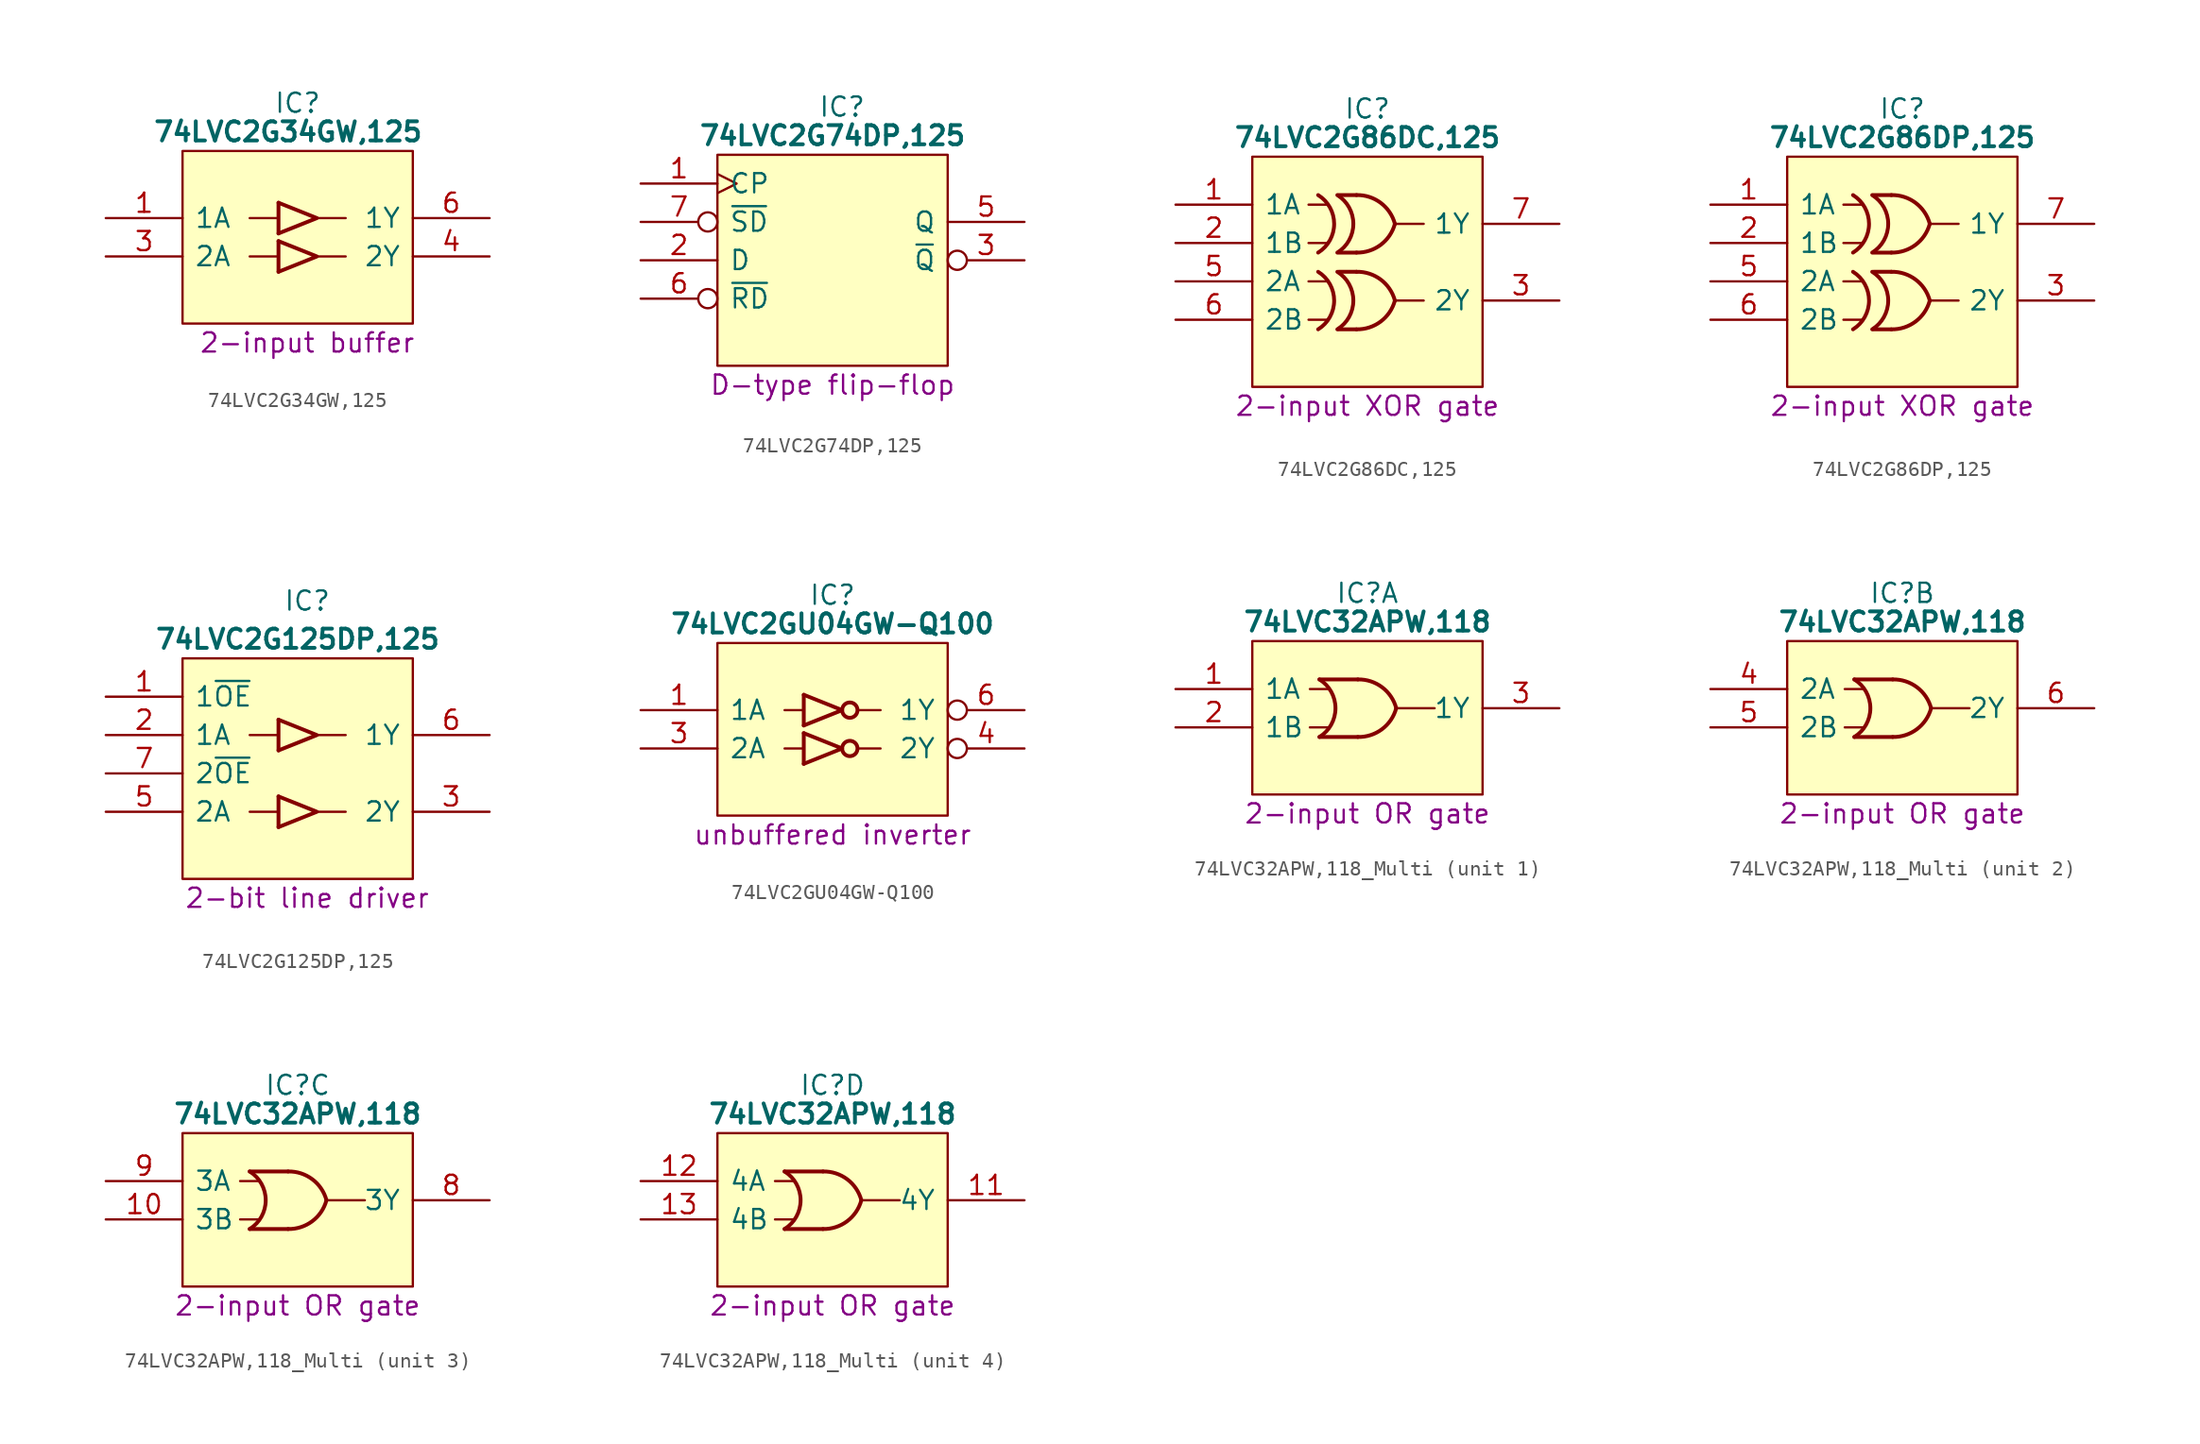
<source format=kicad_sym>
(kicad_symbol_lib
  (version 20231120)
  (generator "kicad_symbol_editor")
  (generator_version "8.0")
  (symbol "74LVC2G34GW,125"
    (pin_names
      (offset 0.762))
    (property "Reference" "IC"
      (at 12.7 5.08 0)
      (effects (font (size 1.27 1.27))))
    (property "Value" "74LVC2G34GW,125"
      (at 12.065 3.175 0)
      (effects (font (size 1.27 1.27) (bold yes))))
    (property "Description" "2-input buffer"
      (at 13.335 -10.795 0)
      (effects (font (size 1.27 1.27))))
    (symbol "74LVC2G34GW,125_0_0"
      (pin input line (at 0 -2.54 0) (length 5.08) (name "1A" (effects (font (size 1.27 1.27)))) (number "1" (effects (font (size 1.27 1.27)))))
      (pin input line (at 0 -5.08 0) (length 5.08) (name "2A" (effects (font (size 1.27 1.27)))) (number "3" (effects (font (size 1.27 1.27)))))
      (pin output line (at 25.4 -5.08 180) (length 5.08) (name "2Y" (effects (font (size 1.27 1.27)))) (number "4" (effects (font (size 1.27 1.27)))))
      (pin output line (at 25.4 -2.54 180) (length 5.08) (name "1Y" (effects (font (size 1.27 1.27)))) (number "6" (effects (font (size 1.27 1.27))))))
    (symbol "74LVC2G34GW,125_0_1"
      (polyline (pts (xy 9.525 -5.08) (xy 11.43 -5.08)) (stroke (width 0) (type default)) (fill (type none)))
      (polyline (pts (xy 9.525 -2.54) (xy 11.43 -2.54)) (stroke (width 0) (type default)) (fill (type none)))
      (polyline (pts (xy 13.97 -5.08) (xy 15.875 -5.08)) (stroke (width 0) (type default)) (fill (type none)))
      (polyline (pts (xy 13.97 -2.54) (xy 15.875 -2.54)) (stroke (width 0) (type default)) (fill (type none)))
      (polyline (pts (xy 11.43 -6.096) (xy 13.97 -5.08) (xy 11.43 -4.064)) (stroke (width 0.254) (type default)) (fill (type none)))
      (polyline (pts (xy 11.43 -3.556) (xy 13.97 -2.54) (xy 11.43 -1.524)) (stroke (width 0.254) (type default)) (fill (type none)))
      (polyline (pts (xy 5.08 1.905) (xy 20.32 1.905) (xy 20.32 -9.525) (xy 5.08 -9.525) (xy 5.08 1.905)) (stroke (width 0.152) (type default)) (fill (type background)))
      (rectangle (start 11.43 -4.064) (end 11.43 -6.096) (stroke (width 0.254) (type default)) (fill (type background)))
      (rectangle (start 11.43 -1.524) (end 11.43 -3.556) (stroke (width 0.254) (type default)) (fill (type background))))
    (symbol "74LVC2G34GW,125_1_0"
      (pin passive line (at 0 -7.62 0) (length 5.08) hide (name "GND" (effects (font (size 1.27 1.27)))) (number "2" (effects (font (size 1.27 1.27)))))
      (pin passive line (at 25.4 0 180) (length 5.08) hide (name "3V" (effects (font (size 1.27 1.27)))) (number "5" (effects (font (size 1.27 1.27)))))))
  (symbol "74LVC2G74DP,125"
    (pin_names
      (offset 0.762))
    (property "Reference" "IC"
      (at 13.335 5.08 0)
      (effects (font (size 1.27 1.27))))
    (property "Value" "74LVC2G74DP,125"
      (at 12.7 3.175 0)
      (effects (font (size 1.27 1.27) (bold yes))))
    (property "Description" "D-type flip-flop"
      (at 12.7 -13.335 0)
      (effects (font (size 1.27 1.27))))
    (symbol "74LVC2G74DP,125_0_0"
      (pin input line (at 0 -5.08 0) (length 5.08) (name "D" (effects (font (size 1.27 1.27)))) (number "2" (effects (font (size 1.27 1.27)))))
      (pin output line (at 25.4 -2.54 180) (length 5.08) (name "Q" (effects (font (size 1.27 1.27)))) (number "5" (effects (font (size 1.27 1.27))))))
    (symbol "74LVC2G74DP,125_0_1"
      (polyline (pts (xy 5.08 1.905) (xy 20.32 1.905) (xy 20.32 -12.065) (xy 5.08 -12.065) (xy 5.08 1.905)) (stroke (width 0.152) (type default)) (fill (type background))))
    (symbol "74LVC2G74DP,125_1_0"
      (pin input clock (at 0 0 0) (length 5.08) (name "CP" (effects (font (size 1.27 1.27)))) (number "1" (effects (font (size 1.27 1.27)))))
      (pin output inverted (at 25.4 -5.08 180) (length 5.08) (name "~{Q}" (effects (font (size 1.27 1.27)))) (number "3" (effects (font (size 1.27 1.27)))))
      (pin passive line (at 0 -10.16 0) (length 5.08) hide (name "GND" (effects (font (size 1.27 1.27)))) (number "4" (effects (font (size 1.27 1.27)))))
      (pin input inverted (at 0 -7.62 0) (length 5.08) (name "~{RD}" (effects (font (size 1.27 1.27)))) (number "6" (effects (font (size 1.27 1.27)))))
      (pin input inverted (at 0 -2.54 0) (length 5.08) (name "~{SD}" (effects (font (size 1.27 1.27)))) (number "7" (effects (font (size 1.27 1.27)))))
      (pin passive line (at 25.4 0 180) (length 5.08) hide (name "3V" (effects (font (size 1.27 1.27)))) (number "8" (effects (font (size 1.27 1.27)))))))
  (symbol "74LVC2G86DC,125"
    (pin_names
      (offset 0.762))
    (property "Reference" "IC"
      (at 12.7 6.35 0)
      (effects (font (size 1.27 1.27))))
    (property "Value" "74LVC2G86DC,125"
      (at 12.7 4.445 0)
      (effects (font (size 1.27 1.27) (bold yes))))
    (property "Description" "2-input XOR gate"
      (at 12.7 -13.335 0)
      (effects (font (size 1.27 1.27))))
    (symbol "74LVC2G86DC,125_0_1"
      (polyline (pts (xy 8.802 -7.62) (xy 10.072 -7.62)) (stroke (width 0) (type default)) (fill (type none)))
      (polyline (pts (xy 8.802 -5.08) (xy 10.072 -5.08)) (stroke (width 0) (type default)) (fill (type none)))
      (polyline (pts (xy 8.802 -2.54) (xy 10.072 -2.54)) (stroke (width 0) (type default)) (fill (type none)))
      (polyline (pts (xy 8.802 0) (xy 10.072 0)) (stroke (width 0) (type default)) (fill (type none)))
      (polyline (pts (xy 11.977 -8.255) (xy 10.795 -8.255)) (stroke (width 0.254) (type default)) (fill (type background)))
      (polyline (pts (xy 11.977 -4.445) (xy 10.795 -4.445)) (stroke (width 0.254) (type default)) (fill (type background)))
      (polyline (pts (xy 11.977 -3.175) (xy 10.795 -3.175)) (stroke (width 0.254) (type default)) (fill (type background)))
      (polyline (pts (xy 11.977 0.635) (xy 10.795 0.635)) (stroke (width 0.254) (type default)) (fill (type background)))
      (polyline (pts (xy 14.517 -6.35) (xy 16.422 -6.35)) (stroke (width 0) (type default)) (fill (type none)))
      (polyline (pts (xy 14.517 -1.27) (xy 16.422 -1.27)) (stroke (width 0) (type default)) (fill (type none)))
      (polyline (pts (xy 5.08 3.175) (xy 20.32 3.175) (xy 20.32 -12.065) (xy 5.08 -12.065) (xy 5.08 3.175)) (stroke (width 0.152) (type default)) (fill (type background)))
      (arc (start 9.437 -8.255) (mid 10.4969 -6.35) (end 9.437 -4.445) (stroke (width 0.254) (type default)) (fill (type none)))
      (arc (start 9.437 -3.175) (mid 10.4969 -1.27) (end 9.437 0.635) (stroke (width 0.254) (type default)) (fill (type none)))
      (arc (start 10.707 -8.255) (mid 11.7669 -6.35) (end 10.707 -4.445) (stroke (width 0.254) (type default)) (fill (type none)))
      (arc (start 10.707 -3.175) (mid 11.7669 -1.27) (end 10.707 0.635) (stroke (width 0.254) (type default)) (fill (type none)))
      (arc (start 11.977 -8.255) (mid 13.5754 -7.7404) (end 14.517 -6.35) (stroke (width 0.254) (type default)) (fill (type none)))
      (arc (start 11.977 -3.175) (mid 13.5751 -2.6601) (end 14.517 -1.27) (stroke (width 0.254) (type default)) (fill (type none)))
      (arc (start 14.517 -6.35) (mid 13.5761 -4.9587) (end 11.977 -4.445) (stroke (width 0.254) (type default)) (fill (type none)))
      (arc (start 14.517 -1.27) (mid 13.5761 0.1213) (end 11.977 0.635) (stroke (width 0.254) (type default)) (fill (type none))))
    (symbol "74LVC2G86DC,125_1_0"
      (pin input line (at 0 0 0) (length 5.08) (name "1A" (effects (font (size 1.27 1.27)))) (number "1" (effects (font (size 1.27 1.27)))))
      (pin input line (at 0 -2.54 0) (length 5.08) (name "1B" (effects (font (size 1.27 1.27)))) (number "2" (effects (font (size 1.27 1.27)))))
      (pin output line (at 25.4 -6.35 180) (length 5.08) (name "2Y" (effects (font (size 1.27 1.27)))) (number "3" (effects (font (size 1.27 1.27)))))
      (pin passive line (at 0 -10.16 0) (length 5.08) hide (name "GND" (effects (font (size 1.27 1.27)))) (number "4" (effects (font (size 1.27 1.27)))))
      (pin input line (at 0 -5.08 0) (length 5.08) (name "2A" (effects (font (size 1.27 1.27)))) (number "5" (effects (font (size 1.27 1.27)))))
      (pin input line (at 0 -7.62 0) (length 5.08) (name "2B" (effects (font (size 1.27 1.27)))) (number "6" (effects (font (size 1.27 1.27)))))
      (pin output line (at 25.4 -1.27 180) (length 5.08) (name "1Y" (effects (font (size 1.27 1.27)))) (number "7" (effects (font (size 1.27 1.27)))))
      (pin passive line (at 25.4 1.27 180) (length 5.08) hide (name "VCC" (effects (font (size 1.27 1.27)))) (number "8" (effects (font (size 1.27 1.27)))))))
  (symbol "74LVC2G86DP,125"
    (pin_names
      (offset 0.762))
    (property "Reference" "IC"
      (at 12.7 6.35 0)
      (effects (font (size 1.27 1.27))))
    (property "Value" "74LVC2G86DP,125"
      (at 12.7 4.445 0)
      (effects (font (size 1.27 1.27) (bold yes))))
    (property "Description" "2-input XOR gate"
      (at 12.7 -13.335 0)
      (effects (font (size 1.27 1.27))))
    (symbol "74LVC2G86DP,125_0_1"
      (polyline (pts (xy 8.802 -7.62) (xy 10.072 -7.62)) (stroke (width 0) (type default)) (fill (type none)))
      (polyline (pts (xy 8.802 -5.08) (xy 10.072 -5.08)) (stroke (width 0) (type default)) (fill (type none)))
      (polyline (pts (xy 8.802 -2.54) (xy 10.072 -2.54)) (stroke (width 0) (type default)) (fill (type none)))
      (polyline (pts (xy 8.802 0) (xy 10.072 0)) (stroke (width 0) (type default)) (fill (type none)))
      (polyline (pts (xy 11.977 -8.255) (xy 10.795 -8.255)) (stroke (width 0.254) (type default)) (fill (type background)))
      (polyline (pts (xy 11.977 -4.445) (xy 10.795 -4.445)) (stroke (width 0.254) (type default)) (fill (type background)))
      (polyline (pts (xy 11.977 -3.175) (xy 10.795 -3.175)) (stroke (width 0.254) (type default)) (fill (type background)))
      (polyline (pts (xy 11.977 0.635) (xy 10.795 0.635)) (stroke (width 0.254) (type default)) (fill (type background)))
      (polyline (pts (xy 14.517 -6.35) (xy 16.422 -6.35)) (stroke (width 0) (type default)) (fill (type none)))
      (polyline (pts (xy 14.517 -1.27) (xy 16.422 -1.27)) (stroke (width 0) (type default)) (fill (type none)))
      (polyline (pts (xy 5.08 3.175) (xy 20.32 3.175) (xy 20.32 -12.065) (xy 5.08 -12.065) (xy 5.08 3.175)) (stroke (width 0.152) (type default)) (fill (type background)))
      (arc (start 9.437 -8.255) (mid 10.4969 -6.35) (end 9.437 -4.445) (stroke (width 0.254) (type default)) (fill (type none)))
      (arc (start 9.437 -3.175) (mid 10.4969 -1.27) (end 9.437 0.635) (stroke (width 0.254) (type default)) (fill (type none)))
      (arc (start 10.707 -8.255) (mid 11.7669 -6.35) (end 10.707 -4.445) (stroke (width 0.254) (type default)) (fill (type none)))
      (arc (start 10.707 -3.175) (mid 11.7669 -1.27) (end 10.707 0.635) (stroke (width 0.254) (type default)) (fill (type none)))
      (arc (start 11.977 -8.255) (mid 13.5754 -7.7404) (end 14.517 -6.35) (stroke (width 0.254) (type default)) (fill (type none)))
      (arc (start 11.977 -3.175) (mid 13.5751 -2.6601) (end 14.517 -1.27) (stroke (width 0.254) (type default)) (fill (type none)))
      (arc (start 14.517 -6.35) (mid 13.5761 -4.9587) (end 11.977 -4.445) (stroke (width 0.254) (type default)) (fill (type none)))
      (arc (start 14.517 -1.27) (mid 13.5761 0.1213) (end 11.977 0.635) (stroke (width 0.254) (type default)) (fill (type none))))
    (symbol "74LVC2G86DP,125_1_0"
      (pin input line (at 0 0 0) (length 5.08) (name "1A" (effects (font (size 1.27 1.27)))) (number "1" (effects (font (size 1.27 1.27)))))
      (pin input line (at 0 -2.54 0) (length 5.08) (name "1B" (effects (font (size 1.27 1.27)))) (number "2" (effects (font (size 1.27 1.27)))))
      (pin output line (at 25.4 -6.35 180) (length 5.08) (name "2Y" (effects (font (size 1.27 1.27)))) (number "3" (effects (font (size 1.27 1.27)))))
      (pin passive line (at 0 -10.16 0) (length 5.08) hide (name "GND" (effects (font (size 1.27 1.27)))) (number "4" (effects (font (size 1.27 1.27)))))
      (pin input line (at 0 -5.08 0) (length 5.08) (name "2A" (effects (font (size 1.27 1.27)))) (number "5" (effects (font (size 1.27 1.27)))))
      (pin input line (at 0 -7.62 0) (length 5.08) (name "2B" (effects (font (size 1.27 1.27)))) (number "6" (effects (font (size 1.27 1.27)))))
      (pin output line (at 25.4 -1.27 180) (length 5.08) (name "1Y" (effects (font (size 1.27 1.27)))) (number "7" (effects (font (size 1.27 1.27)))))
      (pin passive line (at 25.4 1.27 180) (length 5.08) hide (name "VCC" (effects (font (size 1.27 1.27)))) (number "8" (effects (font (size 1.27 1.27)))))))
  (symbol "74LVC2G125DP,125"
    (pin_names
      (offset 0.762))
    (property "Reference" "IC"
      (at 13.335 6.35 0)
      (effects (font (size 1.27 1.27))))
    (property "Value" "74LVC2G125DP,125"
      (at 12.7 3.81 0)
      (effects (font (size 1.27 1.27) (bold yes))))
    (property "Description" "2-bit line driver "
      (at 13.335 -13.335 0)
      (effects (font (size 1.27 1.27))))
    (symbol "74LVC2G125DP,125_0_0"
      (pin input line (at 0 0 0) (length 5.08) (name "1~{OE}" (effects (font (size 1.27 1.27)))) (number "1" (effects (font (size 1.27 1.27)))))
      (pin input line (at 0 -2.54 0) (length 5.08) (name "1A" (effects (font (size 1.27 1.27)))) (number "2" (effects (font (size 1.27 1.27)))))
      (pin output line (at 25.4 -7.62 180) (length 5.08) (name "2Y" (effects (font (size 1.27 1.27)))) (number "3" (effects (font (size 1.27 1.27)))))
      (pin input line (at 0 -7.62 0) (length 5.08) (name "2A" (effects (font (size 1.27 1.27)))) (number "5" (effects (font (size 1.27 1.27)))))
      (pin output line (at 25.4 -2.54 180) (length 5.08) (name "1Y" (effects (font (size 1.27 1.27)))) (number "6" (effects (font (size 1.27 1.27)))))
      (pin input line (at 0 -5.08 0) (length 5.08) (name "2~{OE}" (effects (font (size 1.27 1.27)))) (number "7" (effects (font (size 1.27 1.27))))))
    (symbol "74LVC2G125DP,125_0_1"
      (polyline (pts (xy 9.525 -7.62) (xy 11.43 -7.62)) (stroke (width 0) (type default)) (fill (type none)))
      (polyline (pts (xy 9.525 -2.54) (xy 11.43 -2.54)) (stroke (width 0) (type default)) (fill (type none)))
      (polyline (pts (xy 13.97 -7.62) (xy 15.875 -7.62)) (stroke (width 0) (type default)) (fill (type none)))
      (polyline (pts (xy 13.97 -2.54) (xy 15.875 -2.54)) (stroke (width 0) (type default)) (fill (type none)))
      (polyline (pts (xy 11.43 -8.636) (xy 13.97 -7.62) (xy 11.43 -6.604)) (stroke (width 0.254) (type default)) (fill (type none)))
      (polyline (pts (xy 11.43 -3.556) (xy 13.97 -2.54) (xy 11.43 -1.524)) (stroke (width 0.254) (type default)) (fill (type none)))
      (polyline (pts (xy 5.08 2.54) (xy 20.32 2.54) (xy 20.32 -12.065) (xy 5.08 -12.065) (xy 5.08 2.54)) (stroke (width 0.152) (type default)) (fill (type background)))
      (rectangle (start 11.43 -6.604) (end 11.43 -8.636) (stroke (width 0.254) (type default)) (fill (type background)))
      (rectangle (start 11.43 -1.524) (end 11.43 -3.556) (stroke (width 0.254) (type default)) (fill (type background))))
    (symbol "74LVC2G125DP,125_1_0"
      (pin passive line (at 0 -10.16 0) (length 5.08) hide (name "GND" (effects (font (size 1.27 1.27)))) (number "4" (effects (font (size 1.27 1.27)))))
      (pin passive line (at 25.4 0 180) (length 5.08) hide (name "VCC" (effects (font (size 1.27 1.27)))) (number "8" (effects (font (size 1.27 1.27)))))))
  (symbol "74LVC2GU04GW-Q100"
    (pin_names
      (offset 0.762))
    (property "Reference" "IC"
      (at 12.7 5.08 0)
      (effects (font (size 1.27 1.27))))
    (property "Value" "74LVC2GU04GW-Q100"
      (at 12.7 3.175 0)
      (effects (font (size 1.27 1.27) (bold yes))))
    (property "Description" "unbuffered inverter"
      (at 12.7 -10.795 0)
      (effects (font (size 1.27 1.27))))
    (symbol "74LVC2GU04GW-Q100_0_0"
      (pin input line (at 0 -2.54 0) (length 5.08) (name "1A" (effects (font (size 1.27 1.27)))) (number "1" (effects (font (size 1.27 1.27)))))
      (pin passive line (at 0 -7.62 0) (length 5.08) hide (name "GND" (effects (font (size 1.27 1.27)))) (number "2" (effects (font (size 1.27 1.27)))))
      (pin input line (at 0 -5.08 0) (length 5.08) (name "2A" (effects (font (size 1.27 1.27)))) (number "3" (effects (font (size 1.27 1.27)))))
      (pin output inverted (at 25.4 -5.08 180) (length 5.08) (name "2Y" (effects (font (size 1.27 1.27)))) (number "4" (effects (font (size 1.27 1.27)))))
      (pin passive line (at 25.4 0 180) (length 5.08) hide (name "3V" (effects (font (size 1.27 1.27)))) (number "5" (effects (font (size 1.27 1.27)))))
      (pin output inverted (at 25.4 -2.54 180) (length 5.08) (name "1Y" (effects (font (size 1.27 1.27)))) (number "6" (effects (font (size 1.27 1.27))))))
    (symbol "74LVC2GU04GW-Q100_0_1"
      (polyline (pts (xy 9.525 -5.08) (xy 10.795 -5.08)) (stroke (width 0) (type default)) (fill (type none)))
      (polyline (pts (xy 9.525 -2.54) (xy 10.795 -2.54)) (stroke (width 0) (type default)) (fill (type none)))
      (polyline (pts (xy 14.351 -5.08) (xy 15.875 -5.08)) (stroke (width 0) (type default)) (fill (type none)))
      (polyline (pts (xy 14.351 -2.54) (xy 15.875 -2.54)) (stroke (width 0) (type default)) (fill (type none)))
      (polyline (pts (xy 10.795 -6.096) (xy 13.335 -5.08) (xy 10.795 -4.064)) (stroke (width 0.254) (type default)) (fill (type none)))
      (polyline (pts (xy 10.795 -3.556) (xy 13.335 -2.54) (xy 10.795 -1.524)) (stroke (width 0.254) (type default)) (fill (type none)))
      (polyline (pts (xy 5.08 1.905) (xy 20.32 1.905) (xy 20.32 -9.525) (xy 5.08 -9.525) (xy 5.08 1.905)) (stroke (width 0.152) (type default)) (fill (type background)))
      (rectangle (start 10.795 -4.064) (end 10.795 -6.096) (stroke (width 0.254) (type default)) (fill (type background)))
      (rectangle (start 10.795 -1.524) (end 10.795 -3.556) (stroke (width 0.254) (type default)) (fill (type background)))
      (circle (center 13.843 -5.08) (radius 0.508) (stroke (width 0.254) (type default)) (fill (type none)))
      (circle (center 13.843 -2.54) (radius 0.508) (stroke (width 0.254) (type default)) (fill (type none)))))
  (symbol "74LVC32APW,118_Multi"
    (pin_names
      (offset 0.762))
    (property "Reference" "IC"
      (at 12.7 6.35 0)
      (effects (font (size 1.27 1.27))))
    (property "Value" "74LVC32APW,118"
      (at 12.7 4.445 0)
      (effects (font (size 1.27 1.27) (bold yes))))
    (property "Description" "2-input OR gate"
      (at 12.7 -8.255 0)
      (effects (font (size 1.27 1.27))))
    (symbol "74LVC32APW,118_Multi_0_0"
      (pin passive line (at 25.4 1.27 180) (length 5.08) hide (name "3V" (effects (font (size 1.27 1.27)))) (number "14" (effects (font (size 1.27 1.27)))))
      (pin passive line (at 0 -5.08 0) (length 5.08) hide (name "GND" (effects (font (size 1.27 1.27)))) (number "7" (effects (font (size 1.27 1.27))))))
    (symbol "74LVC32APW,118_Multi_0_1"
      (polyline (pts (xy 8.89 -2.54) (xy 10.16 -2.54)) (stroke (width 0) (type default)) (fill (type none)))
      (polyline (pts (xy 8.89 0) (xy 10.16 0)) (stroke (width 0) (type default)) (fill (type none)))
      (polyline (pts (xy 12.065 -3.175) (xy 9.525 -3.175)) (stroke (width 0.254) (type default)) (fill (type background)))
      (polyline (pts (xy 12.065 0.635) (xy 9.525 0.635)) (stroke (width 0.254) (type default)) (fill (type background)))
      (polyline (pts (xy 14.605 -1.27) (xy 17.145 -1.27)) (stroke (width 0) (type default)) (fill (type none)))
      (polyline (pts (xy 5.08 3.175) (xy 20.32 3.175) (xy 20.32 -6.985) (xy 5.08 -6.985) (xy 5.08 3.175)) (stroke (width 0.152) (type default)) (fill (type background)))
      (arc (start 9.525 -3.175) (mid 10.5848 -1.27) (end 9.525 0.635) (stroke (width 0.254) (type default)) (fill (type none)))
      (arc (start 12.065 -3.175) (mid 13.6633 -2.6602) (end 14.605 -1.27) (stroke (width 0.254) (type default)) (fill (type none)))
      (arc (start 14.605 -1.27) (mid 13.664 0.1212) (end 12.065 0.635) (stroke (width 0.254) (type default)) (fill (type none))))
    (symbol "74LVC32APW,118_Multi_1_0"
      (pin passive line (at 0 0 0) (length 5.08) (name "1A" (effects (font (size 1.27 1.27)))) (number "1" (effects (font (size 1.27 1.27)))))
      (pin passive line (at 0 -2.54 0) (length 5.08) (name "1B" (effects (font (size 1.27 1.27)))) (number "2" (effects (font (size 1.27 1.27)))))
      (pin passive line (at 25.4 -1.27 180) (length 5.08) (name "1Y" (effects (font (size 1.27 1.27)))) (number "3" (effects (font (size 1.27 1.27))))))
    (symbol "74LVC32APW,118_Multi_2_0"
      (pin passive line (at 0 0 0) (length 5.08) (name "2A" (effects (font (size 1.27 1.27)))) (number "4" (effects (font (size 1.27 1.27)))))
      (pin passive line (at 0 -2.54 0) (length 5.08) (name "2B" (effects (font (size 1.27 1.27)))) (number "5" (effects (font (size 1.27 1.27)))))
      (pin passive line (at 25.4 -1.27 180) (length 5.08) (name "2Y" (effects (font (size 1.27 1.27)))) (number "6" (effects (font (size 1.27 1.27))))))
    (symbol "74LVC32APW,118_Multi_3_0"
      (pin passive line (at 0 -2.54 0) (length 5.08) (name "3B" (effects (font (size 1.27 1.27)))) (number "10" (effects (font (size 1.27 1.27)))))
      (pin passive line (at 25.4 -1.27 180) (length 5.08) (name "3Y" (effects (font (size 1.27 1.27)))) (number "8" (effects (font (size 1.27 1.27)))))
      (pin passive line (at 0 0 0) (length 5.08) (name "3A" (effects (font (size 1.27 1.27)))) (number "9" (effects (font (size 1.27 1.27))))))
    (symbol "74LVC32APW,118_Multi_4_0"
      (pin passive line (at 25.4 -1.27 180) (length 5.08) (name "4Y" (effects (font (size 1.27 1.27)))) (number "11" (effects (font (size 1.27 1.27)))))
      (pin passive line (at 0 0 0) (length 5.08) (name "4A" (effects (font (size 1.27 1.27)))) (number "12" (effects (font (size 1.27 1.27)))))
      (pin passive line (at 0 -2.54 0) (length 5.08) (name "4B" (effects (font (size 1.27 1.27)))) (number "13" (effects (font (size 1.27 1.27))))))))
</source>
